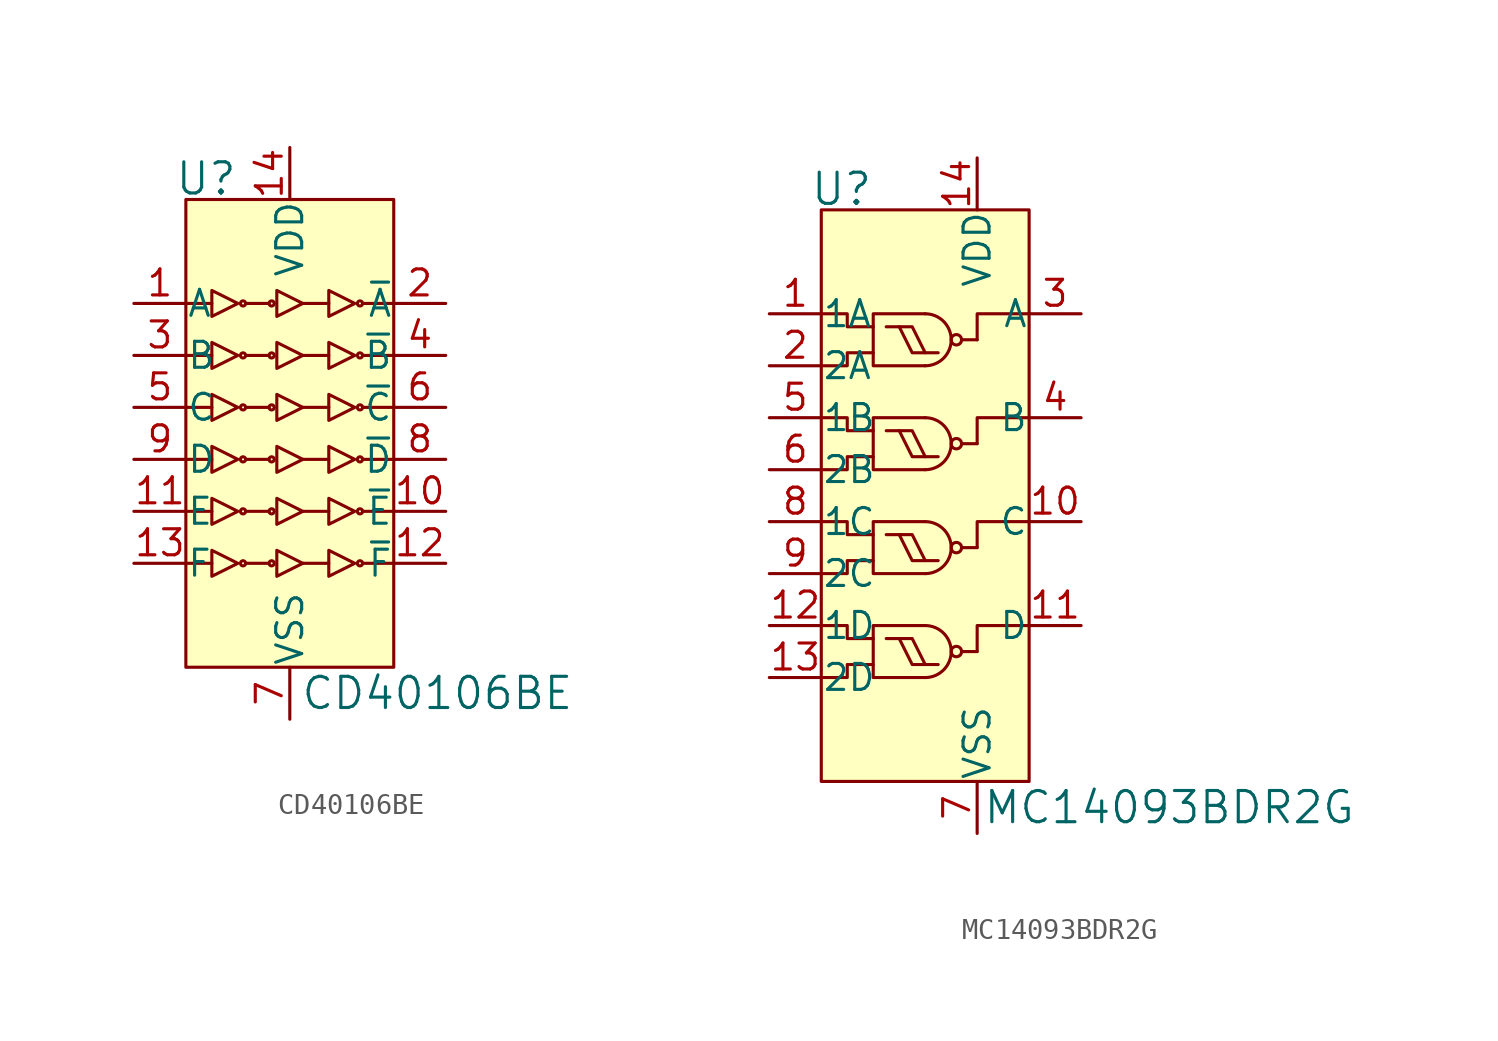
<source format=kicad_sym>
(kicad_symbol_lib
  (version 20211014)
  (generator kicad_symbol_editor)
  (symbol "CD40106BE"
    (pin_names
      (offset 0.025))
    (property "Reference" "U"
      (at -2.54 13.716 0)
      (effects (font (size 1.524 1.524)) (justify right)))
    (property "Value" "CD40106BE"
      (at 0.508 -11.43 0)
      (effects (font (size 1.524 1.524)) (justify left)))
    (symbol "CD40106BE_0_1"
      (rectangle (start -5.08 12.7) (end 5.08 -10.16) (stroke (width 0) (type default) (color 0 0 0 0)) (fill (type background)))
      (circle (center -2.286 -5.08) (radius 0.127) (stroke (width 0) (type default) (color 0 0 0 0)) (fill (type none)))
      (circle (center -2.286 -2.54) (radius 0.127) (stroke (width 0) (type default) (color 0 0 0 0)) (fill (type none)))
      (circle (center -2.286 0) (radius 0.127) (stroke (width 0) (type default) (color 0 0 0 0)) (fill (type none)))
      (circle (center -2.286 2.54) (radius 0.127) (stroke (width 0) (type default) (color 0 0 0 0)) (fill (type none)))
      (circle (center -2.286 5.08) (radius 0.127) (stroke (width 0) (type default) (color 0 0 0 0)) (fill (type none)))
      (circle (center -2.286 7.62) (radius 0.127) (stroke (width 0) (type default) (color 0 0 0 0)) (fill (type none)))
      (circle (center -0.889 -5.08) (radius 0.127) (stroke (width 0) (type default) (color 0 0 0 0)) (fill (type none)))
      (circle (center -0.889 -2.54) (radius 0.127) (stroke (width 0) (type default) (color 0 0 0 0)) (fill (type none)))
      (circle (center -0.889 0) (radius 0.127) (stroke (width 0) (type default) (color 0 0 0 0)) (fill (type none)))
      (circle (center -0.889 2.54) (radius 0.127) (stroke (width 0) (type default) (color 0 0 0 0)) (fill (type none)))
      (circle (center -0.889 5.08) (radius 0.127) (stroke (width 0) (type default) (color 0 0 0 0)) (fill (type none)))
      (circle (center -0.889 7.62) (radius 0.127) (stroke (width 0) (type default) (color 0 0 0 0)) (fill (type none)))
      (polyline (pts (xy -3.81 -5.08) (xy -5.08 -5.08)) (stroke (width 0) (type default) (color 0 0 0 0)) (fill (type none)))
      (polyline (pts (xy -3.81 -2.54) (xy -5.08 -2.54)) (stroke (width 0) (type default) (color 0 0 0 0)) (fill (type none)))
      (polyline (pts (xy -3.81 0) (xy -5.08 0)) (stroke (width 0) (type default) (color 0 0 0 0)) (fill (type none)))
      (polyline (pts (xy -3.81 2.54) (xy -5.08 2.54)) (stroke (width 0) (type default) (color 0 0 0 0)) (fill (type none)))
      (polyline (pts (xy -3.81 5.08) (xy -5.08 5.08)) (stroke (width 0) (type default) (color 0 0 0 0)) (fill (type none)))
      (polyline (pts (xy -3.81 7.62) (xy -5.08 7.62)) (stroke (width 0) (type default) (color 0 0 0 0)) (fill (type none)))
      (polyline (pts (xy -1.016 -5.08) (xy -2.159 -5.08)) (stroke (width 0) (type default) (color 0 0 0 0)) (fill (type none)))
      (polyline (pts (xy -1.016 -2.54) (xy -2.159 -2.54)) (stroke (width 0) (type default) (color 0 0 0 0)) (fill (type none)))
      (polyline (pts (xy -1.016 0) (xy -2.159 0)) (stroke (width 0) (type default) (color 0 0 0 0)) (fill (type none)))
      (polyline (pts (xy -1.016 2.54) (xy -2.159 2.54)) (stroke (width 0) (type default) (color 0 0 0 0)) (fill (type none)))
      (polyline (pts (xy -1.016 5.08) (xy -2.159 5.08)) (stroke (width 0) (type default) (color 0 0 0 0)) (fill (type none)))
      (polyline (pts (xy -1.016 7.62) (xy -2.159 7.62)) (stroke (width 0) (type default) (color 0 0 0 0)) (fill (type none)))
      (polyline (pts (xy 1.905 -5.08) (xy 0.635 -5.08)) (stroke (width 0) (type default) (color 0 0 0 0)) (fill (type none)))
      (polyline (pts (xy 1.905 -2.54) (xy 0.635 -2.54)) (stroke (width 0) (type default) (color 0 0 0 0)) (fill (type none)))
      (polyline (pts (xy 1.905 0) (xy 0.635 0)) (stroke (width 0) (type default) (color 0 0 0 0)) (fill (type none)))
      (polyline (pts (xy 1.905 2.54) (xy 0.635 2.54)) (stroke (width 0) (type default) (color 0 0 0 0)) (fill (type none)))
      (polyline (pts (xy 1.905 5.08) (xy 0.635 5.08)) (stroke (width 0) (type default) (color 0 0 0 0)) (fill (type none)))
      (polyline (pts (xy 1.905 7.62) (xy 0.635 7.62)) (stroke (width 0) (type default) (color 0 0 0 0)) (fill (type none)))
      (polyline (pts (xy 3.556 -5.08) (xy 5.08 -5.08)) (stroke (width 0) (type default) (color 0 0 0 0)) (fill (type none)))
      (polyline (pts (xy 3.556 -2.54) (xy 5.08 -2.54)) (stroke (width 0) (type default) (color 0 0 0 0)) (fill (type none)))
      (polyline (pts (xy 3.556 0) (xy 5.08 0)) (stroke (width 0) (type default) (color 0 0 0 0)) (fill (type none)))
      (polyline (pts (xy 3.556 2.54) (xy 5.08 2.54)) (stroke (width 0) (type default) (color 0 0 0 0)) (fill (type none)))
      (polyline (pts (xy 3.556 5.08) (xy 5.08 5.08)) (stroke (width 0) (type default) (color 0 0 0 0)) (fill (type none)))
      (polyline (pts (xy 3.556 7.62) (xy 5.08 7.62)) (stroke (width 0) (type default) (color 0 0 0 0)) (fill (type none)))
      (polyline (pts (xy -3.81 -4.445) (xy -3.81 -5.715) (xy -2.54 -5.08) (xy -3.81 -4.445)) (stroke (width 0) (type default) (color 0 0 0 0)) (fill (type none)))
      (polyline (pts (xy -3.81 -1.905) (xy -3.81 -3.175) (xy -2.54 -2.54) (xy -3.81 -1.905)) (stroke (width 0) (type default) (color 0 0 0 0)) (fill (type none)))
      (polyline (pts (xy -3.81 0.635) (xy -3.81 -0.635) (xy -2.54 0) (xy -3.81 0.635)) (stroke (width 0) (type default) (color 0 0 0 0)) (fill (type none)))
      (polyline (pts (xy -3.81 3.175) (xy -3.81 1.905) (xy -2.54 2.54) (xy -3.81 3.175)) (stroke (width 0) (type default) (color 0 0 0 0)) (fill (type none)))
      (polyline (pts (xy -3.81 5.715) (xy -3.81 4.445) (xy -2.54 5.08) (xy -3.81 5.715)) (stroke (width 0) (type default) (color 0 0 0 0)) (fill (type none)))
      (polyline (pts (xy -3.81 8.255) (xy -3.81 6.985) (xy -2.54 7.62) (xy -3.81 8.255)) (stroke (width 0) (type default) (color 0 0 0 0)) (fill (type none)))
      (polyline (pts (xy -0.635 -4.445) (xy -0.635 -5.715) (xy 0.635 -5.08) (xy -0.635 -4.445)) (stroke (width 0) (type default) (color 0 0 0 0)) (fill (type none)))
      (polyline (pts (xy -0.635 -1.905) (xy -0.635 -3.175) (xy 0.635 -2.54) (xy -0.635 -1.905)) (stroke (width 0) (type default) (color 0 0 0 0)) (fill (type none)))
      (polyline (pts (xy -0.635 0.635) (xy -0.635 -0.635) (xy 0.635 0) (xy -0.635 0.635)) (stroke (width 0) (type default) (color 0 0 0 0)) (fill (type none)))
      (polyline (pts (xy -0.635 3.175) (xy -0.635 1.905) (xy 0.635 2.54) (xy -0.635 3.175)) (stroke (width 0) (type default) (color 0 0 0 0)) (fill (type none)))
      (polyline (pts (xy -0.635 5.715) (xy -0.635 4.445) (xy 0.635 5.08) (xy -0.635 5.715)) (stroke (width 0) (type default) (color 0 0 0 0)) (fill (type none)))
      (polyline (pts (xy -0.635 8.255) (xy -0.635 6.985) (xy 0.635 7.62) (xy -0.635 8.255)) (stroke (width 0) (type default) (color 0 0 0 0)) (fill (type none)))
      (polyline (pts (xy 1.905 -4.445) (xy 1.905 -5.715) (xy 3.175 -5.08) (xy 1.905 -4.445)) (stroke (width 0) (type default) (color 0 0 0 0)) (fill (type none)))
      (polyline (pts (xy 1.905 -1.905) (xy 1.905 -3.175) (xy 3.175 -2.54) (xy 1.905 -1.905)) (stroke (width 0) (type default) (color 0 0 0 0)) (fill (type none)))
      (polyline (pts (xy 1.905 0.635) (xy 1.905 -0.635) (xy 3.175 0) (xy 1.905 0.635)) (stroke (width 0) (type default) (color 0 0 0 0)) (fill (type none)))
      (polyline (pts (xy 1.905 3.175) (xy 1.905 1.905) (xy 3.175 2.54) (xy 1.905 3.175)) (stroke (width 0) (type default) (color 0 0 0 0)) (fill (type none)))
      (polyline (pts (xy 1.905 5.715) (xy 1.905 4.445) (xy 3.175 5.08) (xy 1.905 5.715)) (stroke (width 0) (type default) (color 0 0 0 0)) (fill (type none)))
      (polyline (pts (xy 1.905 8.255) (xy 1.905 6.985) (xy 3.175 7.62) (xy 1.905 8.255)) (stroke (width 0) (type default) (color 0 0 0 0)) (fill (type none)))
      (circle (center 3.429 -5.08) (radius 0.127) (stroke (width 0) (type default) (color 0 0 0 0)) (fill (type none)))
      (circle (center 3.429 -2.54) (radius 0.127) (stroke (width 0) (type default) (color 0 0 0 0)) (fill (type none)))
      (circle (center 3.429 0) (radius 0.127) (stroke (width 0) (type default) (color 0 0 0 0)) (fill (type none)))
      (circle (center 3.429 2.54) (radius 0.127) (stroke (width 0) (type default) (color 0 0 0 0)) (fill (type none)))
      (circle (center 3.429 5.08) (radius 0.127) (stroke (width 0) (type default) (color 0 0 0 0)) (fill (type none)))
      (circle (center 3.429 7.62) (radius 0.127) (stroke (width 0) (type default) (color 0 0 0 0)) (fill (type none))))
    (symbol "CD40106BE_1_1"
      (pin input line (at -7.62 7.62 0) (length 2.54) (name "A" (effects (font (size 1.27 1.27)))) (number "1" (effects (font (size 1.27 1.27)))))
      (pin output line (at 7.62 -2.54 180) (length 2.54) (name "~{E}" (effects (font (size 1.27 1.27)))) (number "10" (effects (font (size 1.27 1.27)))))
      (pin input line (at -7.62 -2.54 0) (length 2.54) (name "E" (effects (font (size 1.27 1.27)))) (number "11" (effects (font (size 1.27 1.27)))))
      (pin output line (at 7.62 -5.08 180) (length 2.54) (name "~{F}" (effects (font (size 1.27 1.27)))) (number "12" (effects (font (size 1.27 1.27)))))
      (pin input line (at -7.62 -5.08 0) (length 2.54) (name "F" (effects (font (size 1.27 1.27)))) (number "13" (effects (font (size 1.27 1.27)))))
      (pin power_in line (at 0 15.24 270) (length 2.54) (name "VDD" (effects (font (size 1.27 1.27)))) (number "14" (effects (font (size 1.27 1.27)))))
      (pin output line (at 7.62 7.62 180) (length 2.54) (name "~{A}" (effects (font (size 1.27 1.27)))) (number "2" (effects (font (size 1.27 1.27)))))
      (pin input line (at -7.62 5.08 0) (length 2.54) (name "B" (effects (font (size 1.27 1.27)))) (number "3" (effects (font (size 1.27 1.27)))))
      (pin output line (at 7.62 5.08 180) (length 2.54) (name "~{B}" (effects (font (size 1.27 1.27)))) (number "4" (effects (font (size 1.27 1.27)))))
      (pin input line (at -7.62 2.54 0) (length 2.54) (name "C" (effects (font (size 1.27 1.27)))) (number "5" (effects (font (size 1.27 1.27)))))
      (pin output line (at 7.62 2.54 180) (length 2.54) (name "~{C}" (effects (font (size 1.27 1.27)))) (number "6" (effects (font (size 1.27 1.27)))))
      (pin power_in line (at 0 -12.7 90) (length 2.54) (name "VSS" (effects (font (size 1.27 1.27)))) (number "7" (effects (font (size 1.27 1.27)))))
      (pin output line (at 7.62 0 180) (length 2.54) (name "~{D}" (effects (font (size 1.27 1.27)))) (number "8" (effects (font (size 1.27 1.27)))))
      (pin input line (at -7.62 0 0) (length 2.54) (name "D" (effects (font (size 1.27 1.27)))) (number "9" (effects (font (size 1.27 1.27)))))))
  (symbol "MC14093BDR2G"
    (pin_names
      (offset 0.025))
    (property "Reference" "U"
      (at -2.54 13.716 0)
      (effects (font (size 1.524 1.524)) (justify right)))
    (property "Value" "MC14093BDR2G"
      (at 2.794 -16.51 0)
      (effects (font (size 1.524 1.524)) (justify left)))
    (symbol "MC14093BDR2G_0_1"
      (rectangle (start -5.08 12.7) (end 5.08 -15.24) (stroke (width 0) (type default) (color 0 0 0 0)) (fill (type background)))
      (arc (start 0 -10.16) (mid 1.27 -8.89) (end 0 -7.62) (stroke (width 0) (type default) (color 0 0 0 0)) (fill (type none)))
      (arc (start 0 -5.08) (mid 1.27 -3.81) (end 0 -2.54) (stroke (width 0) (type default) (color 0 0 0 0)) (fill (type none)))
      (polyline (pts (xy 2.54 -8.89) (xy 1.778 -8.89)) (stroke (width 0) (type default) (color 0 0 0 0)) (fill (type none)))
      (polyline (pts (xy 2.54 -3.81) (xy 1.778 -3.81)) (stroke (width 0) (type default) (color 0 0 0 0)) (fill (type none)))
      (polyline (pts (xy 2.54 1.27) (xy 1.778 1.27)) (stroke (width 0) (type default) (color 0 0 0 0)) (fill (type none)))
      (polyline (pts (xy 2.54 6.35) (xy 1.778 6.35)) (stroke (width 0) (type default) (color 0 0 0 0)) (fill (type none)))
      (polyline (pts (xy 2.54 -8.89) (xy 2.54 -7.62) (xy 5.08 -7.62)) (stroke (width 0) (type default) (color 0 0 0 0)) (fill (type none)))
      (polyline (pts (xy 2.54 -3.81) (xy 2.54 -2.54) (xy 5.08 -2.54)) (stroke (width 0) (type default) (color 0 0 0 0)) (fill (type none)))
      (polyline (pts (xy 2.54 1.27) (xy 2.54 2.54) (xy 5.08 2.54)) (stroke (width 0) (type default) (color 0 0 0 0)) (fill (type none)))
      (polyline (pts (xy 2.54 6.35) (xy 2.54 7.62) (xy 5.08 7.62)) (stroke (width 0) (type default) (color 0 0 0 0)) (fill (type none)))
      (polyline (pts (xy -5.08 -10.16) (xy -3.81 -10.16) (xy -3.81 -9.525) (xy -2.54 -9.525)) (stroke (width 0) (type default) (color 0 0 0 0)) (fill (type none)))
      (polyline (pts (xy -5.08 -5.08) (xy -3.81 -5.08) (xy -3.81 -4.445) (xy -2.54 -4.445)) (stroke (width 0) (type default) (color 0 0 0 0)) (fill (type none)))
      (polyline (pts (xy -5.08 0) (xy -3.81 0) (xy -3.81 0.635) (xy -2.54 0.635)) (stroke (width 0) (type default) (color 0 0 0 0)) (fill (type none)))
      (polyline (pts (xy -5.08 5.08) (xy -3.81 5.08) (xy -3.81 5.715) (xy -2.54 5.715)) (stroke (width 0) (type default) (color 0 0 0 0)) (fill (type none)))
      (polyline (pts (xy -2.54 -8.255) (xy -3.81 -8.255) (xy -3.81 -7.62) (xy -5.08 -7.62)) (stroke (width 0) (type default) (color 0 0 0 0)) (fill (type none)))
      (polyline (pts (xy -2.54 -3.175) (xy -3.81 -3.175) (xy -3.81 -2.54) (xy -5.08 -2.54)) (stroke (width 0) (type default) (color 0 0 0 0)) (fill (type none)))
      (polyline (pts (xy -2.54 1.905) (xy -3.81 1.905) (xy -3.81 2.54) (xy -5.08 2.54)) (stroke (width 0) (type default) (color 0 0 0 0)) (fill (type none)))
      (polyline (pts (xy -2.54 6.985) (xy -3.81 6.985) (xy -3.81 7.62) (xy -5.08 7.62)) (stroke (width 0) (type default) (color 0 0 0 0)) (fill (type none)))
      (polyline (pts (xy -1.905 -8.255) (xy -1.27 -8.255) (xy -0.635 -9.525) (xy 0 -9.525)) (stroke (width 0) (type default) (color 0 0 0 0)) (fill (type none)))
      (polyline (pts (xy -1.905 -3.175) (xy -1.27 -3.175) (xy -0.635 -4.445) (xy 0 -4.445)) (stroke (width 0) (type default) (color 0 0 0 0)) (fill (type none)))
      (polyline (pts (xy -1.905 1.905) (xy -1.27 1.905) (xy -0.635 0.635) (xy 0 0.635)) (stroke (width 0) (type default) (color 0 0 0 0)) (fill (type none)))
      (polyline (pts (xy -1.905 6.985) (xy -1.27 6.985) (xy -0.635 5.715) (xy 0 5.715)) (stroke (width 0) (type default) (color 0 0 0 0)) (fill (type none)))
      (polyline (pts (xy -1.27 -8.255) (xy -0.635 -8.255) (xy 0 -9.525) (xy 0.635 -9.525)) (stroke (width 0) (type default) (color 0 0 0 0)) (fill (type none)))
      (polyline (pts (xy -1.27 -3.175) (xy -0.635 -3.175) (xy 0 -4.445) (xy 0.635 -4.445)) (stroke (width 0) (type default) (color 0 0 0 0)) (fill (type none)))
      (polyline (pts (xy -1.27 1.905) (xy -0.635 1.905) (xy 0 0.635) (xy 0.635 0.635)) (stroke (width 0) (type default) (color 0 0 0 0)) (fill (type none)))
      (polyline (pts (xy -1.27 6.985) (xy -0.635 6.985) (xy 0 5.715) (xy 0.635 5.715)) (stroke (width 0) (type default) (color 0 0 0 0)) (fill (type none)))
      (polyline (pts (xy 0 -7.62) (xy -2.54 -7.62) (xy -2.54 -10.16) (xy 0 -10.16)) (stroke (width 0) (type default) (color 0 0 0 0)) (fill (type none)))
      (polyline (pts (xy 0 -2.54) (xy -2.54 -2.54) (xy -2.54 -5.08) (xy 0 -5.08)) (stroke (width 0) (type default) (color 0 0 0 0)) (fill (type none)))
      (polyline (pts (xy 0 2.54) (xy -2.54 2.54) (xy -2.54 0) (xy 0 0)) (stroke (width 0) (type default) (color 0 0 0 0)) (fill (type none)))
      (polyline (pts (xy 0 7.62) (xy -2.54 7.62) (xy -2.54 5.08) (xy 0 5.08)) (stroke (width 0) (type default) (color 0 0 0 0)) (fill (type none)))
      (arc (start 0 0) (mid 1.27 1.27) (end 0 2.54) (stroke (width 0) (type default) (color 0 0 0 0)) (fill (type none)))
      (arc (start 0 5.08) (mid 1.27 6.35) (end 0 7.62) (stroke (width 0) (type default) (color 0 0 0 0)) (fill (type none)))
      (circle (center 1.524 -8.89) (radius 0.254) (stroke (width 0) (type default) (color 0 0 0 0)) (fill (type none)))
      (circle (center 1.524 -3.81) (radius 0.254) (stroke (width 0) (type default) (color 0 0 0 0)) (fill (type none)))
      (circle (center 1.524 1.27) (radius 0.254) (stroke (width 0) (type default) (color 0 0 0 0)) (fill (type none)))
      (circle (center 1.524 6.35) (radius 0.254) (stroke (width 0) (type default) (color 0 0 0 0)) (fill (type none))))
    (symbol "MC14093BDR2G_1_1"
      (pin input line (at -7.62 7.62 0) (length 2.54) (name "1A" (effects (font (size 1.27 1.27)))) (number "1" (effects (font (size 1.27 1.27)))))
      (pin output line (at 7.62 -2.54 180) (length 2.54) (name "C" (effects (font (size 1.27 1.27)))) (number "10" (effects (font (size 1.27 1.27)))))
      (pin output line (at 7.62 -7.62 180) (length 2.54) (name "D" (effects (font (size 1.27 1.27)))) (number "11" (effects (font (size 1.27 1.27)))))
      (pin input line (at -7.62 -7.62 0) (length 2.54) (name "1D" (effects (font (size 1.27 1.27)))) (number "12" (effects (font (size 1.27 1.27)))))
      (pin input line (at -7.62 -10.16 0) (length 2.54) (name "2D" (effects (font (size 1.27 1.27)))) (number "13" (effects (font (size 1.27 1.27)))))
      (pin power_in line (at 2.54 15.24 270) (length 2.54) (name "VDD" (effects (font (size 1.27 1.27)))) (number "14" (effects (font (size 1.27 1.27)))))
      (pin input line (at -7.62 5.08 0) (length 2.54) (name "2A" (effects (font (size 1.27 1.27)))) (number "2" (effects (font (size 1.27 1.27)))))
      (pin output line (at 7.62 7.62 180) (length 2.54) (name "A" (effects (font (size 1.27 1.27)))) (number "3" (effects (font (size 1.27 1.27)))))
      (pin output line (at 7.62 2.54 180) (length 2.54) (name "B" (effects (font (size 1.27 1.27)))) (number "4" (effects (font (size 1.27 1.27)))))
      (pin input line (at -7.62 2.54 0) (length 2.54) (name "1B" (effects (font (size 1.27 1.27)))) (number "5" (effects (font (size 1.27 1.27)))))
      (pin input line (at -7.62 0 0) (length 2.54) (name "2B" (effects (font (size 1.27 1.27)))) (number "6" (effects (font (size 1.27 1.27)))))
      (pin power_in line (at 2.54 -17.78 90) (length 2.54) (name "VSS" (effects (font (size 1.27 1.27)))) (number "7" (effects (font (size 1.27 1.27)))))
      (pin input line (at -7.62 -2.54 0) (length 2.54) (name "1C" (effects (font (size 1.27 1.27)))) (number "8" (effects (font (size 1.27 1.27)))))
      (pin input line (at -7.62 -5.08 0) (length 2.54) (name "2C" (effects (font (size 1.27 1.27)))) (number "9" (effects (font (size 1.27 1.27))))))))
</source>
